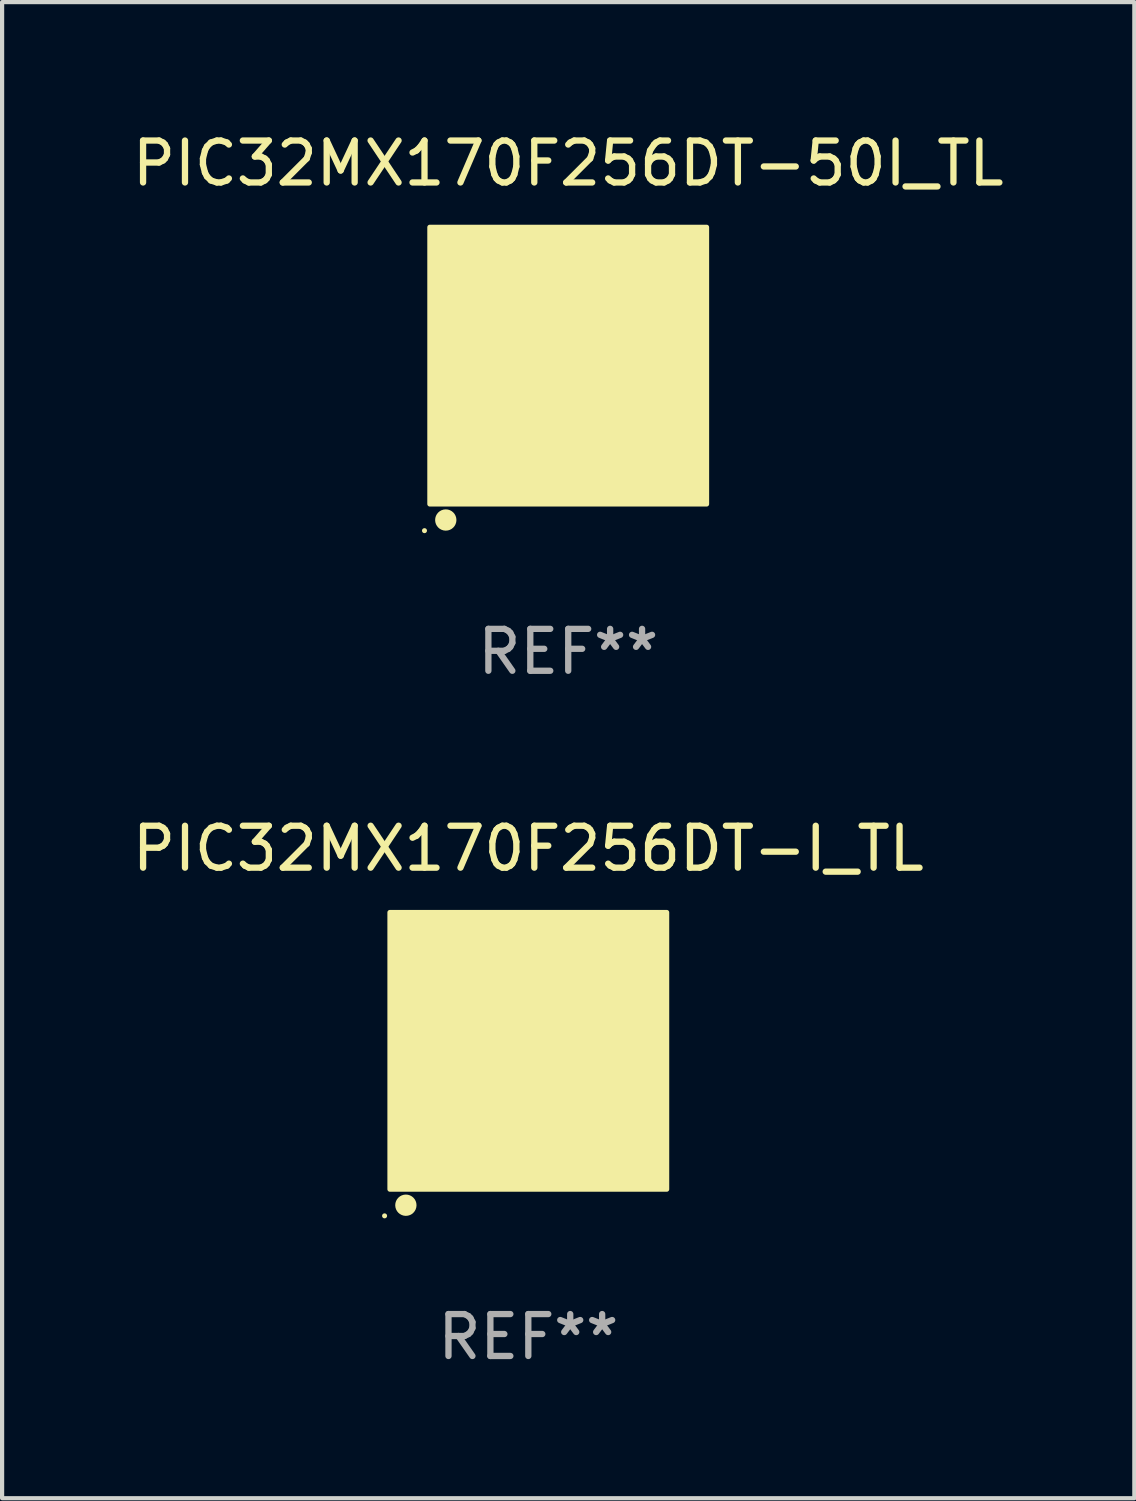
<source format=kicad_pcb>
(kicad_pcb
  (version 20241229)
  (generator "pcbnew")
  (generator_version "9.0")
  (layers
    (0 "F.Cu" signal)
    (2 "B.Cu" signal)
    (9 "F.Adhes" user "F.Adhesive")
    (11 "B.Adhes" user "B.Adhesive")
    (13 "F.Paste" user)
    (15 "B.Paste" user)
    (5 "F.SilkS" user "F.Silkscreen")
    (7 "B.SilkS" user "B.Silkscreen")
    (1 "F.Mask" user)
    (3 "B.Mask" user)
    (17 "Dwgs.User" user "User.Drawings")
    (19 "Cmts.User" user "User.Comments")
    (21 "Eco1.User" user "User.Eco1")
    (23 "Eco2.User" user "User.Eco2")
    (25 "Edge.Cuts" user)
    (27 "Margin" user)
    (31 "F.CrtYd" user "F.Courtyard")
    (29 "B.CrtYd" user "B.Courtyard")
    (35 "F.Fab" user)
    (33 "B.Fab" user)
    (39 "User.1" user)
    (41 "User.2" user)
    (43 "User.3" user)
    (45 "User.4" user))
  (footprint "PIC32MX170F256DT-I_TL"
    (layer "F.Cu")
    (at 9.554 22.02)
    (property "Reference" "PIC32MX170F256DT-I_TL" (at 0 -4.825 0) (layer "F.SilkS") (effects (font (size 1 1) (thickness 0.15))))
    (attr through_hole)
    (fp_circle (center -3.429 3.937) (end -3.399 3.937) (stroke (width 0.06) (type solid)) (fill no) (layer "F.SilkS"))
    (fp_circle (center -2.921 3.683) (end -2.794 3.683) (stroke (width 0.254) (type solid)) (fill no) (layer "F.SilkS"))
    (fp_poly (pts (xy -3.302 -3.302) (xy 3.302 -3.302) (xy 3.302 3.302) (xy -3.302 3.302)) (stroke (width 0.12) (type solid)) (fill yes) (layer "F.SilkS"))
    (fp_text user "REF**" (at 0 6.825 0) (layer "F.Fab") (effects (font (size 1 1) (thickness 0.15))))
    (pad "1" smd rect (at -2.25 2.825) (size 0.3 0.45) (layers "F.Cu" "F.Mask" "F.Paste"))
    (pad "2" smd rect (at -1.75 2.825) (size 0.3 0.45) (layers "F.Cu" "F.Mask" "F.Paste"))
    (pad "3" smd rect (at -1.25 2.825) (size 0.3 0.45) (layers "F.Cu" "F.Mask" "F.Paste"))
    (pad "4" smd rect (at -0.75 2.825) (size 0.3 0.45) (layers "F.Cu" "F.Mask" "F.Paste"))
    (pad "5" smd rect (at -0.25 2.825) (size 0.3 0.45) (layers "F.Cu" "F.Mask" "F.Paste"))
    (pad "6" smd rect (at 0.25 2.825) (size 0.3 0.45) (layers "F.Cu" "F.Mask" "F.Paste"))
    (pad "7" smd rect (at 0.75 2.825) (size 0.3 0.45) (layers "F.Cu" "F.Mask" "F.Paste"))
    (pad "8" smd rect (at 1.25 2.825) (size 0.3 0.45) (layers "F.Cu" "F.Mask" "F.Paste"))
    (pad "9" smd rect (at 1.75 2.825) (size 0.3 0.45) (layers "F.Cu" "F.Mask" "F.Paste"))
    (pad "10" smd rect (at 2.25 2.825) (size 0.3 0.45) (layers "F.Cu" "F.Mask" "F.Paste"))
    (pad "11" smd rect (at 2.825 2.825 90) (size 0.45 0.45) (layers "F.Cu" "F.Mask" "F.Paste"))
    (pad "12" smd rect (at 2.825 2.25 90) (size 0.3 0.45) (layers "F.Cu" "F.Mask" "F.Paste"))
    (pad "13" smd rect (at 2.825 1.75 90) (size 0.3 0.45) (layers "F.Cu" "F.Mask" "F.Paste"))
    (pad "14" smd rect (at 2.825 1.25 90) (size 0.3 0.45) (layers "F.Cu" "F.Mask" "F.Paste"))
    (pad "15" smd rect (at 2.825 0.75 90) (size 0.3 0.45) (layers "F.Cu" "F.Mask" "F.Paste"))
    (pad "16" smd rect (at 2.825 0.25 90) (size 0.3 0.45) (layers "F.Cu" "F.Mask" "F.Paste"))
    (pad "17" smd rect (at 2.825 -0.25 90) (size 0.3 0.45) (layers "F.Cu" "F.Mask" "F.Paste"))
    (pad "18" smd rect (at 2.825 -0.75 90) (size 0.3 0.45) (layers "F.Cu" "F.Mask" "F.Paste"))
    (pad "19" smd rect (at 2.825 -1.25 90) (size 0.3 0.45) (layers "F.Cu" "F.Mask" "F.Paste"))
    (pad "20" smd rect (at 2.825 -1.75 90) (size 0.3 0.45) (layers "F.Cu" "F.Mask" "F.Paste"))
    (pad "21" smd rect (at 2.825 -2.25 90) (size 0.3 0.45) (layers "F.Cu" "F.Mask" "F.Paste"))
    (pad "22" smd rect (at 2.825 -2.825 90) (size 0.45 0.45) (layers "F.Cu" "F.Mask" "F.Paste"))
    (pad "23" smd rect (at 2.25 -2.825) (size 0.3 0.45) (layers "F.Cu" "F.Mask" "F.Paste"))
    (pad "24" smd rect (at 1.75 -2.825) (size 0.3 0.45) (layers "F.Cu" "F.Mask" "F.Paste"))
    (pad "25" smd rect (at 1.25 -2.825) (size 0.3 0.45) (layers "F.Cu" "F.Mask" "F.Paste"))
    (pad "26" smd rect (at 0.75 -2.825) (size 0.3 0.45) (layers "F.Cu" "F.Mask" "F.Paste"))
    (pad "27" smd rect (at 0.25 -2.825) (size 0.3 0.45) (layers "F.Cu" "F.Mask" "F.Paste"))
    (pad "28" smd rect (at -0.25 -2.825) (size 0.3 0.45) (layers "F.Cu" "F.Mask" "F.Paste"))
    (pad "29" smd rect (at -0.75 -2.825) (size 0.3 0.45) (layers "F.Cu" "F.Mask" "F.Paste"))
    (pad "30" smd rect (at -1.25 -2.825) (size 0.3 0.45) (layers "F.Cu" "F.Mask" "F.Paste"))
    (pad "31" smd rect (at -1.75 -2.825) (size 0.3 0.45) (layers "F.Cu" "F.Mask" "F.Paste"))
    (pad "32" smd rect (at -2.25 -2.825) (size 0.3 0.45) (layers "F.Cu" "F.Mask" "F.Paste"))
    (pad "33" smd rect (at -2.825 -2.825 90) (size 0.45 0.45) (layers "F.Cu" "F.Mask" "F.Paste"))
    (pad "34" smd rect (at -2.825 -2.25 90) (size 0.3 0.45) (layers "F.Cu" "F.Mask" "F.Paste"))
    (pad "35" smd rect (at -2.825 -1.75 90) (size 0.3 0.45) (layers "F.Cu" "F.Mask" "F.Paste"))
    (pad "36" smd rect (at -2.825 -1.25 90) (size 0.3 0.45) (layers "F.Cu" "F.Mask" "F.Paste"))
    (pad "37" smd rect (at -2.825 -0.75 90) (size 0.3 0.45) (layers "F.Cu" "F.Mask" "F.Paste"))
    (pad "38" smd rect (at -2.825 -0.25 90) (size 0.3 0.45) (layers "F.Cu" "F.Mask" "F.Paste"))
    (pad "39" smd rect (at -2.825 0.25 90) (size 0.3 0.45) (layers "F.Cu" "F.Mask" "F.Paste"))
    (pad "40" smd rect (at -2.825 0.75 90) (size 0.3 0.45) (layers "F.Cu" "F.Mask" "F.Paste"))
    (pad "41" smd rect (at -2.825 1.25 90) (size 0.3 0.45) (layers "F.Cu" "F.Mask" "F.Paste"))
    (pad "42" smd rect (at -2.825 1.75 90) (size 0.3 0.45) (layers "F.Cu" "F.Mask" "F.Paste"))
    (pad "43" smd rect (at -2.825 2.25 90) (size 0.3 0.45) (layers "F.Cu" "F.Mask" "F.Paste"))
    (pad "44" smd rect (at -2.825 2.825 90) (size 0.45 0.45) (layers "F.Cu" "F.Mask" "F.Paste"))
    (pad "45" smd rect (at 0 0 90) (size 4.6 4.6) (layers "F.Cu" "F.Mask" "F.Paste")))
  (footprint "PIC32MX170F256DT-50I_TL"
    (layer "F.Cu")
    (at 10.506 5.673)
    (property "Reference" "PIC32MX170F256DT-50I_TL" (at 0 -4.825 0) (layer "F.SilkS") (effects (font (size 1 1) (thickness 0.15))))
    (attr through_hole)
    (fp_circle (center -3.429 3.937) (end -3.399 3.937) (stroke (width 0.06) (type solid)) (fill no) (layer "F.SilkS"))
    (fp_circle (center -2.921 3.683) (end -2.794 3.683) (stroke (width 0.254) (type solid)) (fill no) (layer "F.SilkS"))
    (fp_poly (pts (xy -3.302 -3.302) (xy 3.302 -3.302) (xy 3.302 3.302) (xy -3.302 3.302)) (stroke (width 0.12) (type solid)) (fill yes) (layer "F.SilkS"))
    (fp_text user "REF**" (at 0 6.825 0) (layer "F.Fab") (effects (font (size 1 1) (thickness 0.15))))
    (pad "1" smd rect (at -2.25 2.825) (size 0.3 0.45) (layers "F.Cu" "F.Mask" "F.Paste"))
    (pad "2" smd rect (at -1.75 2.825) (size 0.3 0.45) (layers "F.Cu" "F.Mask" "F.Paste"))
    (pad "3" smd rect (at -1.25 2.825) (size 0.3 0.45) (layers "F.Cu" "F.Mask" "F.Paste"))
    (pad "4" smd rect (at -0.75 2.825) (size 0.3 0.45) (layers "F.Cu" "F.Mask" "F.Paste"))
    (pad "5" smd rect (at -0.25 2.825) (size 0.3 0.45) (layers "F.Cu" "F.Mask" "F.Paste"))
    (pad "6" smd rect (at 0.25 2.825) (size 0.3 0.45) (layers "F.Cu" "F.Mask" "F.Paste"))
    (pad "7" smd rect (at 0.75 2.825) (size 0.3 0.45) (layers "F.Cu" "F.Mask" "F.Paste"))
    (pad "8" smd rect (at 1.25 2.825) (size 0.3 0.45) (layers "F.Cu" "F.Mask" "F.Paste"))
    (pad "9" smd rect (at 1.75 2.825) (size 0.3 0.45) (layers "F.Cu" "F.Mask" "F.Paste"))
    (pad "10" smd rect (at 2.25 2.825) (size 0.3 0.45) (layers "F.Cu" "F.Mask" "F.Paste"))
    (pad "11" smd rect (at 2.825 2.825 90) (size 0.45 0.45) (layers "F.Cu" "F.Mask" "F.Paste"))
    (pad "12" smd rect (at 2.825 2.25 90) (size 0.3 0.45) (layers "F.Cu" "F.Mask" "F.Paste"))
    (pad "13" smd rect (at 2.825 1.75 90) (size 0.3 0.45) (layers "F.Cu" "F.Mask" "F.Paste"))
    (pad "14" smd rect (at 2.825 1.25 90) (size 0.3 0.45) (layers "F.Cu" "F.Mask" "F.Paste"))
    (pad "15" smd rect (at 2.825 0.75 90) (size 0.3 0.45) (layers "F.Cu" "F.Mask" "F.Paste"))
    (pad "16" smd rect (at 2.825 0.25 90) (size 0.3 0.45) (layers "F.Cu" "F.Mask" "F.Paste"))
    (pad "17" smd rect (at 2.825 -0.25 90) (size 0.3 0.45) (layers "F.Cu" "F.Mask" "F.Paste"))
    (pad "18" smd rect (at 2.825 -0.75 90) (size 0.3 0.45) (layers "F.Cu" "F.Mask" "F.Paste"))
    (pad "19" smd rect (at 2.825 -1.25 90) (size 0.3 0.45) (layers "F.Cu" "F.Mask" "F.Paste"))
    (pad "20" smd rect (at 2.825 -1.75 90) (size 0.3 0.45) (layers "F.Cu" "F.Mask" "F.Paste"))
    (pad "21" smd rect (at 2.825 -2.25 90) (size 0.3 0.45) (layers "F.Cu" "F.Mask" "F.Paste"))
    (pad "22" smd rect (at 2.825 -2.825 90) (size 0.45 0.45) (layers "F.Cu" "F.Mask" "F.Paste"))
    (pad "23" smd rect (at 2.25 -2.825) (size 0.3 0.45) (layers "F.Cu" "F.Mask" "F.Paste"))
    (pad "24" smd rect (at 1.75 -2.825) (size 0.3 0.45) (layers "F.Cu" "F.Mask" "F.Paste"))
    (pad "25" smd rect (at 1.25 -2.825) (size 0.3 0.45) (layers "F.Cu" "F.Mask" "F.Paste"))
    (pad "26" smd rect (at 0.75 -2.825) (size 0.3 0.45) (layers "F.Cu" "F.Mask" "F.Paste"))
    (pad "27" smd rect (at 0.25 -2.825) (size 0.3 0.45) (layers "F.Cu" "F.Mask" "F.Paste"))
    (pad "28" smd rect (at -0.25 -2.825) (size 0.3 0.45) (layers "F.Cu" "F.Mask" "F.Paste"))
    (pad "29" smd rect (at -0.75 -2.825) (size 0.3 0.45) (layers "F.Cu" "F.Mask" "F.Paste"))
    (pad "30" smd rect (at -1.25 -2.825) (size 0.3 0.45) (layers "F.Cu" "F.Mask" "F.Paste"))
    (pad "31" smd rect (at -1.75 -2.825) (size 0.3 0.45) (layers "F.Cu" "F.Mask" "F.Paste"))
    (pad "32" smd rect (at -2.25 -2.825) (size 0.3 0.45) (layers "F.Cu" "F.Mask" "F.Paste"))
    (pad "33" smd rect (at -2.825 -2.825 90) (size 0.45 0.45) (layers "F.Cu" "F.Mask" "F.Paste"))
    (pad "34" smd rect (at -2.825 -2.25 90) (size 0.3 0.45) (layers "F.Cu" "F.Mask" "F.Paste"))
    (pad "35" smd rect (at -2.825 -1.75 90) (size 0.3 0.45) (layers "F.Cu" "F.Mask" "F.Paste"))
    (pad "36" smd rect (at -2.825 -1.25 90) (size 0.3 0.45) (layers "F.Cu" "F.Mask" "F.Paste"))
    (pad "37" smd rect (at -2.825 -0.75 90) (size 0.3 0.45) (layers "F.Cu" "F.Mask" "F.Paste"))
    (pad "38" smd rect (at -2.825 -0.25 90) (size 0.3 0.45) (layers "F.Cu" "F.Mask" "F.Paste"))
    (pad "39" smd rect (at -2.825 0.25 90) (size 0.3 0.45) (layers "F.Cu" "F.Mask" "F.Paste"))
    (pad "40" smd rect (at -2.825 0.75 90) (size 0.3 0.45) (layers "F.Cu" "F.Mask" "F.Paste"))
    (pad "41" smd rect (at -2.825 1.25 90) (size 0.3 0.45) (layers "F.Cu" "F.Mask" "F.Paste"))
    (pad "42" smd rect (at -2.825 1.75 90) (size 0.3 0.45) (layers "F.Cu" "F.Mask" "F.Paste"))
    (pad "43" smd rect (at -2.825 2.25 90) (size 0.3 0.45) (layers "F.Cu" "F.Mask" "F.Paste"))
    (pad "44" smd rect (at -2.825 2.825 90) (size 0.45 0.45) (layers "F.Cu" "F.Mask" "F.Paste"))
    (pad "45" smd rect (at 0 0 90) (size 4.6 4.6) (layers "F.Cu" "F.Mask" "F.Paste")))
  (gr_rect
    (start -3 -3)
    (end 24.012 32.693)
    (stroke (width 0.1) (type default))
    (fill no)
    (layer "Edge.Cuts")))
</source>
